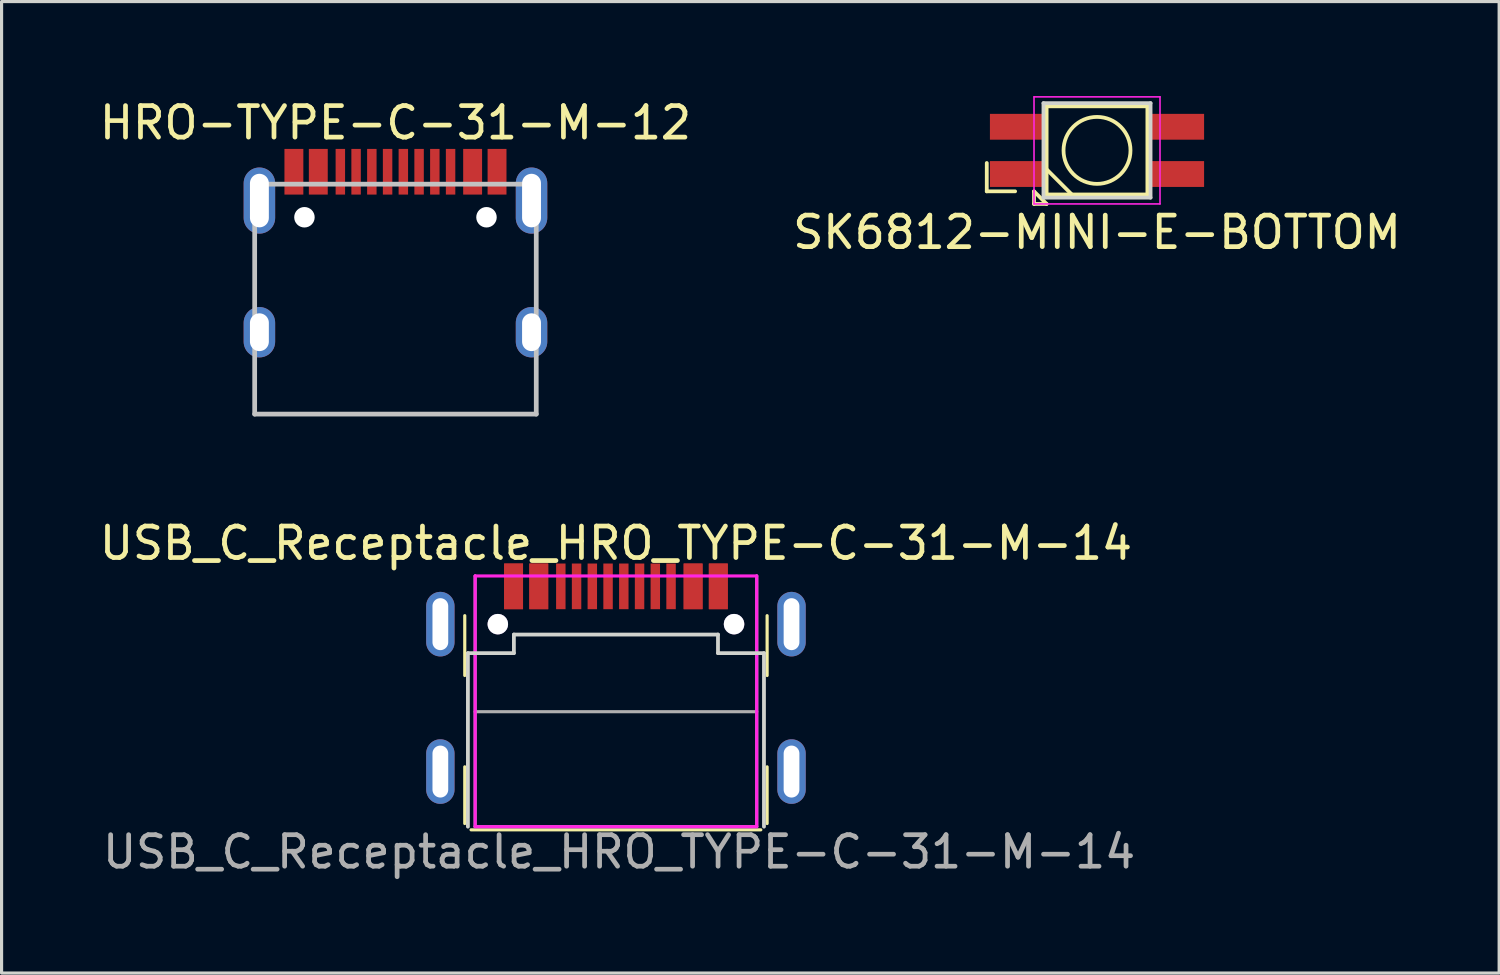
<source format=kicad_pcb>
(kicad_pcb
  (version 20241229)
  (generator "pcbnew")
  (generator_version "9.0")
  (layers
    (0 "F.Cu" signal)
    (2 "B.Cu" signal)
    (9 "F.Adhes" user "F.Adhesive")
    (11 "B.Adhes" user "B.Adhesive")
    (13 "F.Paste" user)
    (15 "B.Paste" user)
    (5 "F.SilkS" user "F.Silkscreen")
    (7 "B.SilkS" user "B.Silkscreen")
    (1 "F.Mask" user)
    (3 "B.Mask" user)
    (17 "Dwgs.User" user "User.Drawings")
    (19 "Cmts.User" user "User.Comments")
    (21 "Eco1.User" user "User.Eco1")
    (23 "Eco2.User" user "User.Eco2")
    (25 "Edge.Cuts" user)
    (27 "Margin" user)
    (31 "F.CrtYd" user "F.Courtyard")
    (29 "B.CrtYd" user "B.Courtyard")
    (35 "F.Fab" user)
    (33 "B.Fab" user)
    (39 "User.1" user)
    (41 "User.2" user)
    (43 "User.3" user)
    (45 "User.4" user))
  (footprint "USB_C_Receptacle_HRO_TYPE-C-31-M-14"
    (layer "F.Cu")
    (at 16.506 23.197)
    (property "Reference" "USB_C_Receptacle_HRO_TYPE-C-31-M-14" (at 0 -9 0) (layer "F.SilkS") (effects (font (size 1 1) (thickness 0.15))))
    (attr smd)
    (fp_line (start -4.8 -6.7) (end -4.8 -4.8) (stroke (width 0.1) (type solid)) (layer "F.SilkS"))
    (fp_line (start -4.8 -1.9) (end -4.8 -0.1) (stroke (width 0.1) (type solid)) (layer "F.SilkS"))
    (fp_line (start -4.6 0.1) (end 4.6 0.1) (stroke (width 0.1) (type solid)) (layer "F.SilkS"))
    (fp_line (start 4.8 -6.7) (end 4.8 -4.8) (stroke (width 0.1) (type solid)) (layer "F.SilkS"))
    (fp_line (start 4.8 -1.9) (end 4.8 -0.1) (stroke (width 0.1) (type solid)) (layer "F.SilkS"))
    (fp_line (start -4.7 -5.51) (end -3.24 -5.51) (stroke (width 0.12) (type solid)) (layer "Edge.Cuts"))
    (fp_line (start -4.7 0) (end -4.7 -5.51) (stroke (width 0.12) (type solid)) (layer "Edge.Cuts"))
    (fp_line (start -3.24 -6.1) (end 3.24 -6.1) (stroke (width 0.12) (type solid)) (layer "Edge.Cuts"))
    (fp_line (start -3.24 -5.51) (end -3.24 -6.1) (stroke (width 0.12) (type solid)) (layer "Edge.Cuts"))
    (fp_line (start 3.24 -6.1) (end 3.24 -5.51) (stroke (width 0.12) (type solid)) (layer "Edge.Cuts"))
    (fp_line (start 3.24 -5.51) (end 4.7 -5.51) (stroke (width 0.12) (type solid)) (layer "Edge.Cuts"))
    (fp_line (start 4.7 -5.51) (end 4.7 0) (stroke (width 0.12) (type solid)) (layer "Edge.Cuts"))
    (fp_line (start -4.47 -7.96) (end -4.47 0) (stroke (width 0.1) (type solid)) (layer "F.CrtYd"))
    (fp_line (start -4.47 -7.96) (end 4.47 -7.96) (stroke (width 0.1) (type solid)) (layer "F.CrtYd"))
    (fp_line (start -4.47 0) (end 4.47 0) (stroke (width 0.1) (type solid)) (layer "F.CrtYd"))
    (fp_line (start 4.47 -7.96) (end 4.47 0) (stroke (width 0.1) (type solid)) (layer "F.CrtYd"))
    (fp_line (start -4.47 -7.96) (end -4.47 0) (stroke (width 0.1) (type solid)) (layer "F.Fab"))
    (fp_line (start -4.47 -3.65) (end 4.47 -3.65) (stroke (width 0.1) (type solid)) (layer "F.Fab"))
    (fp_line (start -4.47 0) (end 4.47 0) (stroke (width 0.1) (type solid)) (layer "F.Fab"))
    (fp_line (start 4.47 -7.96) (end 4.47 0) (stroke (width 0.1) (type solid)) (layer "F.Fab"))
    (fp_text user "${REFERENCE}" (at 0.1 0.8 0) (layer "F.Fab") (effects (font (size 1 1) (thickness 0.15))))
    (pad "A1" smd rect (at -3.25 -7.63) (size 0.6 1.45) (layers "F.Cu" "F.Mask" "F.Paste"))
    (pad "A4" smd rect (at -2.45 -7.63) (size 0.6 1.45) (layers "F.Cu" "F.Mask" "F.Paste"))
    (pad "A5" smd rect (at -1.25 -7.63) (size 0.3 1.45) (layers "F.Cu" "F.Mask" "F.Paste"))
    (pad "A6" smd rect (at -0.25 -7.63) (size 0.3 1.45) (layers "F.Cu" "F.Mask" "F.Paste"))
    (pad "A7" smd rect (at 0.25 -7.63) (size 0.3 1.45) (layers "F.Cu" "F.Mask" "F.Paste"))
    (pad "A8" smd rect (at 1.25 -7.63) (size 0.3 1.45) (layers "F.Cu" "F.Mask" "F.Paste"))
    (pad "A9" smd rect (at 2.45 -7.63) (size 0.6 1.45) (layers "F.Cu" "F.Mask" "F.Paste"))
    (pad "A12" smd rect (at 3.25 -7.63) (size 0.6 1.45) (layers "F.Cu" "F.Mask" "F.Paste"))
    (pad "B1" smd rect (at 3.25 -7.63) (size 0.6 1.45) (layers "F.Cu" "F.Mask" "F.Paste"))
    (pad "B4" smd rect (at 2.45 -7.63) (size 0.6 1.45) (layers "F.Cu" "F.Mask" "F.Paste"))
    (pad "B5" smd rect (at 1.75 -7.63) (size 0.3 1.45) (layers "F.Cu" "F.Mask" "F.Paste"))
    (pad "B6" smd rect (at 0.75 -7.63) (size 0.3 1.45) (layers "F.Cu" "F.Mask" "F.Paste"))
    (pad "B7" smd rect (at -0.75 -7.63) (size 0.3 1.45) (layers "F.Cu" "F.Mask" "F.Paste"))
    (pad "B8" smd rect (at -1.75 -7.63) (size 0.3 1.45) (layers "F.Cu" "F.Mask" "F.Paste"))
    (pad "B9" smd rect (at -2.45 -7.63) (size 0.6 1.45) (layers "F.Cu" "F.Mask" "F.Paste"))
    (pad "B12" smd rect (at -3.25 -7.63) (size 0.6 1.45) (layers "F.Cu" "F.Mask" "F.Paste"))
    (pad "S1" thru_hole oval (at -5.575 -6.43) (size 0.9 2.05) (drill oval 0.5 1.65) (layers "*.Cu" "*.Mask"))
    (pad "S1" thru_hole oval (at -5.575 -1.75) (size 0.9 2.05) (drill oval 0.5 1.65) (layers "*.Cu" "*.Mask"))
    (pad "S1" thru_hole circle (at -3.75 -6.43) (size 0.65 0.65) (drill 0.65) (layers "*.Cu" "*.Mask"))
    (pad "S1" thru_hole circle (at 3.75 -6.43) (size 0.65 0.65) (drill 0.65) (layers "*.Cu" "*.Mask"))
    (pad "S1" thru_hole oval (at 5.575 -6.43) (size 0.9 2.05) (drill oval 0.5 1.65) (layers "*.Cu" "*.Mask"))
    (pad "S1" thru_hole oval (at 5.575 -1.75) (size 0.9 2.05) (drill oval 0.5 1.65) (layers "*.Cu" "*.Mask")))
  (footprint "SK6812-MINI-E-BOTTOM"
    (layer "F.Cu")
    (at 31.78 1.725)
    (property "Reference" "SK6812-MINI-E-BOTTOM" (at 0 2.6 0) (layer "F.SilkS") (effects (font (size 1 1) (thickness 0.15))))
    (attr smd)
    (fp_line (start -3.5 0.4) (end -3.5 1.3) (stroke (width 0.12) (type solid)) (layer "F.SilkS"))
    (fp_line (start -3.5 1.3) (end -2.6 1.3) (stroke (width 0.12) (type solid)) (layer "F.SilkS"))
    (fp_line (start -2 1.3) (end -1.6 1.7) (stroke (width 0.12) (type solid)) (layer "F.SilkS"))
    (fp_line (start -2 1.7) (end -2 1.3) (stroke (width 0.12) (type solid)) (layer "F.SilkS"))
    (fp_line (start -1.6 -1.4) (end -1.6 1.4) (stroke (width 0.12) (type solid)) (layer "F.SilkS"))
    (fp_line (start -1.6 0.6) (end -0.8 1.4) (stroke (width 0.12) (type solid)) (layer "F.SilkS"))
    (fp_line (start -1.6 1.4) (end 1.6 1.4) (stroke (width 0.12) (type solid)) (layer "F.SilkS"))
    (fp_line (start -1.6 1.7) (end -2 1.7) (stroke (width 0.12) (type solid)) (layer "F.SilkS"))
    (fp_line (start 1.6 -1.4) (end -1.6 -1.4) (stroke (width 0.12) (type solid)) (layer "F.SilkS"))
    (fp_line (start 1.6 1.4) (end 1.6 -1.4) (stroke (width 0.12) (type solid)) (layer "F.SilkS"))
    (fp_circle (center 0 0) (end -1.063 0) (stroke (width 0.12) (type solid)) (fill no) (layer "F.SilkS"))
    (fp_line (start -1.7 -1.5) (end 1.7 -1.5) (stroke (width 0.12) (type solid)) (layer "Edge.Cuts"))
    (fp_line (start -1.7 1.5) (end -1.7 -1.5) (stroke (width 0.12) (type solid)) (layer "Edge.Cuts"))
    (fp_line (start 1.7 -1.5) (end 1.7 1.5) (stroke (width 0.12) (type solid)) (layer "Edge.Cuts"))
    (fp_line (start 1.7 1.5) (end -1.7 1.5) (stroke (width 0.12) (type solid)) (layer "Edge.Cuts"))
    (fp_line (start -2 -1.7) (end -2 1.7) (stroke (width 0.05) (type solid)) (layer "F.CrtYd"))
    (fp_line (start -2 -1.7) (end 2 -1.7) (stroke (width 0.05) (type solid)) (layer "F.CrtYd"))
    (fp_line (start 2 -1.7) (end 2 1.7) (stroke (width 0.05) (type solid)) (layer "F.CrtYd"))
    (fp_line (start 2 1.7) (end -2 1.7) (stroke (width 0.05) (type solid)) (layer "F.CrtYd"))
    (pad "1" smd rect (at 2.5 -0.75) (size 1.8 0.82) (layers "F.Cu" "F.Mask" "F.Paste"))
    (pad "2" smd rect (at 2.5 0.75) (size 1.8 0.82) (layers "F.Cu" "F.Mask" "F.Paste"))
    (pad "3" smd custom (at -2.5 0.75) (size 1.8 0.82) (layers "F.Cu" "F.Mask" "F.Paste") (options (anchor rect)) (primitives))
    (pad "4" smd rect (at -2.5 -0.75) (size 1.8 0.82) (layers "F.Cu" "F.Mask" "F.Paste")))
  (footprint "HRO-TYPE-C-31-M-12"
    (layer "F.Cu")
    (at 9.506 10.098)
    (property "Reference" "HRO-TYPE-C-31-M-12" (at 0 -9.25 0) (layer "F.SilkS") (effects (font (size 1 1) (thickness 0.15))))
    (attr smd)
    (fp_line (start -4.47 -7.3) (end 4.47 -7.3) (stroke (width 0.15) (type solid)) (layer "Dwgs.User"))
    (fp_line (start -4.47 0) (end -4.47 -7.3) (stroke (width 0.15) (type solid)) (layer "Dwgs.User"))
    (fp_line (start -4.47 0) (end 4.47 0) (stroke (width 0.15) (type solid)) (layer "Dwgs.User"))
    (fp_line (start 4.47 0) (end 4.47 -7.3) (stroke (width 0.15) (type solid)) (layer "Dwgs.User"))
    (pad "" np_thru_hole circle (at -2.89 -6.25) (size 0.65 0.65) (drill 0.65) (layers "*.Cu" "*.Mask"))
    (pad "" np_thru_hole circle (at 2.89 -6.25) (size 0.65 0.65) (drill 0.65) (layers "*.Cu" "*.Mask"))
    (pad "1" smd rect (at -3.225 -7.695) (size 0.6 1.45) (layers "F.Cu" "F.Mask" "F.Paste"))
    (pad "2" smd rect (at -2.45 -7.695) (size 0.6 1.45) (layers "F.Cu" "F.Mask" "F.Paste"))
    (pad "3" smd rect (at -1.75 -7.695) (size 0.3 1.45) (layers "F.Cu" "F.Mask" "F.Paste"))
    (pad "4" smd rect (at -1.25 -7.695) (size 0.3 1.45) (layers "F.Cu" "F.Mask" "F.Paste"))
    (pad "5" smd rect (at -0.75 -7.695) (size 0.3 1.45) (layers "F.Cu" "F.Mask" "F.Paste"))
    (pad "6" smd rect (at -0.25 -7.695) (size 0.3 1.45) (layers "F.Cu" "F.Mask" "F.Paste"))
    (pad "7" smd rect (at 0.25 -7.695) (size 0.3 1.45) (layers "F.Cu" "F.Mask" "F.Paste"))
    (pad "8" smd rect (at 0.75 -7.695) (size 0.3 1.45) (layers "F.Cu" "F.Mask" "F.Paste"))
    (pad "9" smd rect (at 1.25 -7.695) (size 0.3 1.45) (layers "F.Cu" "F.Mask" "F.Paste"))
    (pad "10" smd rect (at 1.75 -7.695) (size 0.3 1.45) (layers "F.Cu" "F.Mask" "F.Paste"))
    (pad "11" smd rect (at 2.45 -7.695) (size 0.6 1.45) (layers "F.Cu" "F.Mask" "F.Paste"))
    (pad "12" smd rect (at 3.225 -7.695) (size 0.6 1.45) (layers "F.Cu" "F.Mask" "F.Paste"))
    (pad "13" thru_hole oval (at -4.32 -6.78) (size 1 2.1) (drill oval 0.6 1.7) (layers "*.Cu" "B.Mask"))
    (pad "13" thru_hole oval (at -4.32 -2.6) (size 1 1.6) (drill oval 0.6 1.2) (layers "*.Cu" "B.Mask"))
    (pad "13" thru_hole oval (at 4.32 -6.78) (size 1 2.1) (drill oval 0.6 1.7) (layers "*.Cu" "B.Mask"))
    (pad "13" thru_hole oval (at 4.32 -2.6) (size 1 1.6) (drill oval 0.6 1.2) (layers "*.Cu" "B.Mask")))
  (gr_rect
    (start -3 -3)
    (end 44.548 27.845)
    (stroke (width 0.1) (type default))
    (fill no)
    (layer "Edge.Cuts")))
</source>
